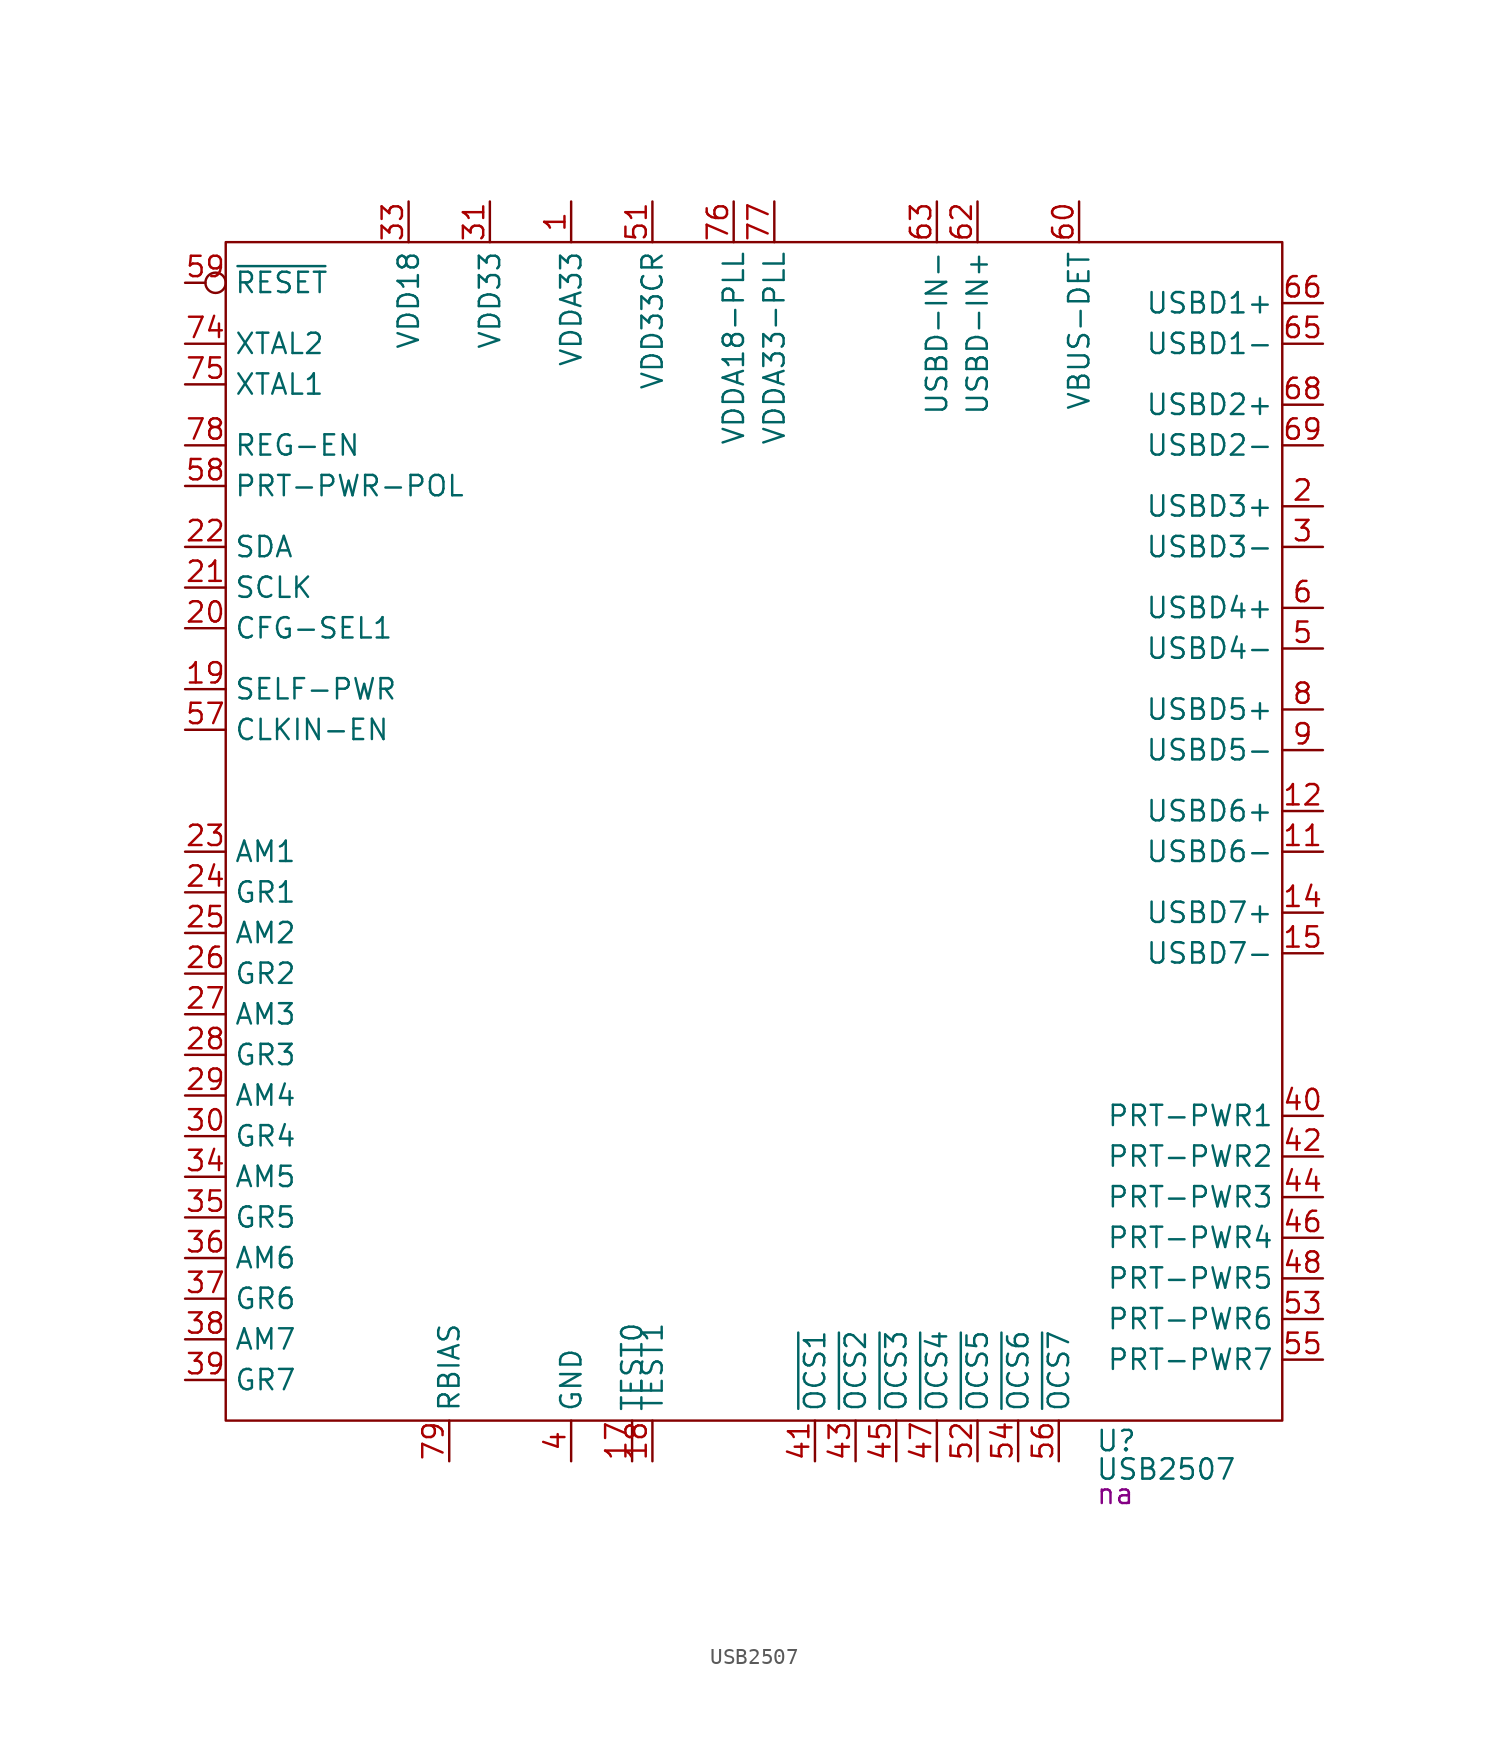
<source format=kicad_sym>
(kicad_symbol_lib
  (version 20231120)
  (generator "kicad_symbol_editor")
  (generator_version "8.0")
  (symbol "USB2507"
    (property "Reference" "U"
      (at 21.336 -39.37 0)
      (effects (font (size 1.27 1.27)) (justify left)))
    (property "Value" "USB2507"
      (at 21.336 -41.148 0)
      (effects (font (size 1.27 1.27)) (justify left)))
    (property "PartNumber" "na"
      (at 21.336 -42.672 0)
      (effects (font (size 1.27 1.27)) (justify left)))
    (symbol "USB2507_0_0"
      (pin power_in line (at -11.43 38.1 270) (length 2.54) (name "VDDA33" (effects (font (size 1.27 1.27)))) (number "1" (effects (font (size 1.27 1.27)))))
      (pin power_in line (at -11.43 -40.64 90) (length 2.54) hide (name "GND" (effects (font (size 1.27 1.27)))) (number "10" (effects (font (size 1.27 1.27)))))
      (pin bidirectional line (at 35.56 -2.54 180) (length 2.54) (name "USBD6-" (effects (font (size 1.27 1.27)))) (number "11" (effects (font (size 1.27 1.27)))))
      (pin bidirectional line (at 35.56 0 180) (length 2.54) (name "USBD6+" (effects (font (size 1.27 1.27)))) (number "12" (effects (font (size 1.27 1.27)))))
      (pin power_in line (at -11.43 38.1 270) (length 2.54) hide (name "VDDA33" (effects (font (size 1.27 1.27)))) (number "13" (effects (font (size 1.27 1.27)))))
      (pin bidirectional line (at 35.56 -6.35 180) (length 2.54) (name "USBD7+" (effects (font (size 1.27 1.27)))) (number "14" (effects (font (size 1.27 1.27)))))
      (pin bidirectional line (at 35.56 -8.89 180) (length 2.54) (name "USBD7-" (effects (font (size 1.27 1.27)))) (number "15" (effects (font (size 1.27 1.27)))))
      (pin power_in line (at -11.43 -40.64 90) (length 2.54) hide (name "GND" (effects (font (size 1.27 1.27)))) (number "16" (effects (font (size 1.27 1.27)))))
      (pin free line (at -7.62 -40.64 90) (length 2.54) (name "TEST0" (effects (font (size 1.27 1.27)))) (number "17" (effects (font (size 1.27 1.27)))))
      (pin free line (at -6.35 -40.64 90) (length 2.54) (name "TEST1" (effects (font (size 1.27 1.27)))) (number "18" (effects (font (size 1.27 1.27)))))
      (pin input line (at -35.56 7.62 0) (length 2.54) (name "SELF-PWR" (effects (font (size 1.27 1.27)))) (number "19" (effects (font (size 1.27 1.27)))))
      (pin bidirectional line (at 35.56 19.05 180) (length 2.54) (name "USBD3+" (effects (font (size 1.27 1.27)))) (number "2" (effects (font (size 1.27 1.27)))))
      (pin input line (at -35.56 11.43 0) (length 2.54) (name "CFG-SEL1" (effects (font (size 1.27 1.27)))) (number "20" (effects (font (size 1.27 1.27)))))
      (pin bidirectional line (at -35.56 13.97 0) (length 2.54) (name "SCLK" (effects (font (size 1.27 1.27)))) (number "21" (effects (font (size 1.27 1.27)))) (alternate "CFG-SEL0" input line))
      (pin bidirectional line (at -35.56 16.51 0) (length 2.54) (name "SDA" (effects (font (size 1.27 1.27)))) (number "22" (effects (font (size 1.27 1.27)))))
      (pin output line (at -35.56 -2.54 0) (length 2.54) (name "AM1" (effects (font (size 1.27 1.27)))) (number "23" (effects (font (size 1.27 1.27)))) (alternate "AM1/GANG-EN" bidirectional line) (alternate "GANG-EN" input line))
      (pin output line (at -35.56 -5.08 0) (length 2.54) (name "GR1" (effects (font (size 1.27 1.27)))) (number "24" (effects (font (size 1.27 1.27)))) (alternate "GR1/NON-REM0" bidirectional line) (alternate "NON-REM0" input line))
      (pin output line (at -35.56 -7.62 0) (length 2.54) (name "AM2" (effects (font (size 1.27 1.27)))) (number "25" (effects (font (size 1.27 1.27)))) (alternate "AM2/MTT-EN" bidirectional line) (alternate "MTT-EN" input line))
      (pin output line (at -35.56 -10.16 0) (length 2.54) (name "GR2" (effects (font (size 1.27 1.27)))) (number "26" (effects (font (size 1.27 1.27)))) (alternate "GR2/NON-REM1" bidirectional line) (alternate "NON-REM1" input line))
      (pin output line (at -35.56 -12.7 0) (length 2.54) (name "AM3" (effects (font (size 1.27 1.27)))) (number "27" (effects (font (size 1.27 1.27)))))
      (pin output line (at -35.56 -15.24 0) (length 2.54) (name "GR3" (effects (font (size 1.27 1.27)))) (number "28" (effects (font (size 1.27 1.27)))) (alternate "GR3/PRT-DIS0" bidirectional line) (alternate "PRT-DIS0" input line))
      (pin output line (at -35.56 -17.78 0) (length 2.54) (name "AM4" (effects (font (size 1.27 1.27)))) (number "29" (effects (font (size 1.27 1.27)))) (alternate "AM4/LED-EN" bidirectional line) (alternate "LED-EN" input line))
      (pin bidirectional line (at 35.56 16.51 180) (length 2.54) (name "USBD3-" (effects (font (size 1.27 1.27)))) (number "3" (effects (font (size 1.27 1.27)))))
      (pin output line (at -35.56 -20.32 0) (length 2.54) (name "GR4" (effects (font (size 1.27 1.27)))) (number "30" (effects (font (size 1.27 1.27)))) (alternate "GR4/PRT-DIS1" bidirectional line) (alternate "PRT-DIS1" input line))
      (pin power_in line (at -16.51 38.1 270) (length 2.54) (name "VDD33" (effects (font (size 1.27 1.27)))) (number "31" (effects (font (size 1.27 1.27)))))
      (pin power_in line (at -11.43 -40.64 90) (length 2.54) hide (name "GND" (effects (font (size 1.27 1.27)))) (number "32" (effects (font (size 1.27 1.27)))))
      (pin power_in line (at -21.59 38.1 270) (length 2.54) (name "VDD18" (effects (font (size 1.27 1.27)))) (number "33" (effects (font (size 1.27 1.27)))))
      (pin output line (at -35.56 -22.86 0) (length 2.54) (name "AM5" (effects (font (size 1.27 1.27)))) (number "34" (effects (font (size 1.27 1.27)))))
      (pin output line (at -35.56 -25.4 0) (length 2.54) (name "GR5" (effects (font (size 1.27 1.27)))) (number "35" (effects (font (size 1.27 1.27)))))
      (pin output line (at -35.56 -27.94 0) (length 2.54) (name "AM6" (effects (font (size 1.27 1.27)))) (number "36" (effects (font (size 1.27 1.27)))))
      (pin output line (at -35.56 -30.48 0) (length 2.54) (name "GR6" (effects (font (size 1.27 1.27)))) (number "37" (effects (font (size 1.27 1.27)))))
      (pin output line (at -35.56 -33.02 0) (length 2.54) (name "AM7" (effects (font (size 1.27 1.27)))) (number "38" (effects (font (size 1.27 1.27)))))
      (pin output line (at -35.56 -35.56 0) (length 2.54) (name "GR7" (effects (font (size 1.27 1.27)))) (number "39" (effects (font (size 1.27 1.27)))))
      (pin power_in line (at -11.43 -40.64 90) (length 2.54) (name "GND" (effects (font (size 1.27 1.27)))) (number "4" (effects (font (size 1.27 1.27)))))
      (pin output line (at 35.56 -19.05 180) (length 2.54) (name "PRT-PWR1" (effects (font (size 1.27 1.27)))) (number "40" (effects (font (size 1.27 1.27)))))
      (pin input line (at 3.81 -40.64 90) (length 2.54) (name "~{OCS1}" (effects (font (size 1.27 1.27)))) (number "41" (effects (font (size 1.27 1.27)))))
      (pin output line (at 35.56 -21.59 180) (length 2.54) (name "PRT-PWR2" (effects (font (size 1.27 1.27)))) (number "42" (effects (font (size 1.27 1.27)))))
      (pin input line (at 6.35 -40.64 90) (length 2.54) (name "~{OCS2}" (effects (font (size 1.27 1.27)))) (number "43" (effects (font (size 1.27 1.27)))))
      (pin output line (at 35.56 -24.13 180) (length 2.54) (name "PRT-PWR3" (effects (font (size 1.27 1.27)))) (number "44" (effects (font (size 1.27 1.27)))))
      (pin input line (at 8.89 -40.64 90) (length 2.54) (name "~{OCS3}" (effects (font (size 1.27 1.27)))) (number "45" (effects (font (size 1.27 1.27)))))
      (pin output line (at 35.56 -26.67 180) (length 2.54) (name "PRT-PWR4" (effects (font (size 1.27 1.27)))) (number "46" (effects (font (size 1.27 1.27)))))
      (pin input line (at 11.43 -40.64 90) (length 2.54) (name "~{OCS4}" (effects (font (size 1.27 1.27)))) (number "47" (effects (font (size 1.27 1.27)))))
      (pin output line (at 35.56 -29.21 180) (length 2.54) (name "PRT-PWR5" (effects (font (size 1.27 1.27)))) (number "48" (effects (font (size 1.27 1.27)))))
      (pin power_in line (at -11.43 -40.64 90) (length 2.54) hide (name "GND" (effects (font (size 1.27 1.27)))) (number "49" (effects (font (size 1.27 1.27)))))
      (pin bidirectional line (at 35.56 10.16 180) (length 2.54) (name "USBD4-" (effects (font (size 1.27 1.27)))) (number "5" (effects (font (size 1.27 1.27)))))
      (pin power_in line (at -21.59 38.1 270) (length 2.54) hide (name "VDD18" (effects (font (size 1.27 1.27)))) (number "50" (effects (font (size 1.27 1.27)))))
      (pin power_in line (at -6.35 38.1 270) (length 2.54) (name "VDD33CR" (effects (font (size 1.27 1.27)))) (number "51" (effects (font (size 1.27 1.27)))))
      (pin input line (at 13.97 -40.64 90) (length 2.54) (name "~{OCS5}" (effects (font (size 1.27 1.27)))) (number "52" (effects (font (size 1.27 1.27)))))
      (pin output line (at 35.56 -31.75 180) (length 2.54) (name "PRT-PWR6" (effects (font (size 1.27 1.27)))) (number "53" (effects (font (size 1.27 1.27)))))
      (pin input line (at 16.51 -40.64 90) (length 2.54) (name "~{OCS6}" (effects (font (size 1.27 1.27)))) (number "54" (effects (font (size 1.27 1.27)))))
      (pin output line (at 35.56 -34.29 180) (length 2.54) (name "PRT-PWR7" (effects (font (size 1.27 1.27)))) (number "55" (effects (font (size 1.27 1.27)))))
      (pin input line (at 19.05 -40.64 90) (length 2.54) (name "~{OCS7}" (effects (font (size 1.27 1.27)))) (number "56" (effects (font (size 1.27 1.27)))))
      (pin input line (at -35.56 5.08 0) (length 2.54) (name "CLKIN-EN" (effects (font (size 1.27 1.27)))) (number "57" (effects (font (size 1.27 1.27)))))
      (pin input line (at -35.56 20.32 0) (length 2.54) (name "PRT-PWR-POL" (effects (font (size 1.27 1.27)))) (number "58" (effects (font (size 1.27 1.27)))))
      (pin input inverted (at -35.56 33.02 0) (length 2.54) (name "~{RESET}" (effects (font (size 1.27 1.27)))) (number "59" (effects (font (size 1.27 1.27)))))
      (pin bidirectional line (at 35.56 12.7 180) (length 2.54) (name "USBD4+" (effects (font (size 1.27 1.27)))) (number "6" (effects (font (size 1.27 1.27)))))
      (pin input line (at 20.32 38.1 270) (length 2.54) (name "VBUS-DET" (effects (font (size 1.27 1.27)))) (number "60" (effects (font (size 1.27 1.27)))))
      (pin power_in line (at -11.43 38.1 270) (length 2.54) hide (name "VDDA33" (effects (font (size 1.27 1.27)))) (number "61" (effects (font (size 1.27 1.27)))))
      (pin bidirectional line (at 13.97 38.1 270) (length 2.54) (name "USBD-IN+" (effects (font (size 1.27 1.27)))) (number "62" (effects (font (size 1.27 1.27)))))
      (pin bidirectional line (at 11.43 38.1 270) (length 2.54) (name "USBD-IN-" (effects (font (size 1.27 1.27)))) (number "63" (effects (font (size 1.27 1.27)))))
      (pin power_in line (at -11.43 -40.64 90) (length 2.54) hide (name "GND" (effects (font (size 1.27 1.27)))) (number "64" (effects (font (size 1.27 1.27)))))
      (pin bidirectional line (at 35.56 29.21 180) (length 2.54) (name "USBD1-" (effects (font (size 1.27 1.27)))) (number "65" (effects (font (size 1.27 1.27)))))
      (pin bidirectional line (at 35.56 31.75 180) (length 2.54) (name "USBD1+" (effects (font (size 1.27 1.27)))) (number "66" (effects (font (size 1.27 1.27)))))
      (pin power_in line (at -11.43 38.1 270) (length 2.54) hide (name "VDDA33" (effects (font (size 1.27 1.27)))) (number "67" (effects (font (size 1.27 1.27)))))
      (pin bidirectional line (at 35.56 25.4 180) (length 2.54) (name "USBD2+" (effects (font (size 1.27 1.27)))) (number "68" (effects (font (size 1.27 1.27)))))
      (pin bidirectional line (at 35.56 22.86 180) (length 2.54) (name "USBD2-" (effects (font (size 1.27 1.27)))) (number "69" (effects (font (size 1.27 1.27)))))
      (pin power_in line (at -11.43 38.1 270) (length 2.54) hide (name "VDDA33" (effects (font (size 1.27 1.27)))) (number "7" (effects (font (size 1.27 1.27)))))
      (pin power_in line (at -11.43 -40.64 90) (length 2.54) hide (name "GND" (effects (font (size 1.27 1.27)))) (number "70" (effects (font (size 1.27 1.27)))))
      (pin power_in line (at -11.43 -40.64 90) (length 2.54) hide (name "GND" (effects (font (size 1.27 1.27)))) (number "71" (effects (font (size 1.27 1.27)))))
      (pin power_in line (at -21.59 38.1 270) (length 2.54) hide (name "VDD18" (effects (font (size 1.27 1.27)))) (number "72" (effects (font (size 1.27 1.27)))))
      (pin power_in line (at -11.43 -40.64 90) (length 2.54) hide (name "GND" (effects (font (size 1.27 1.27)))) (number "73" (effects (font (size 1.27 1.27)))))
      (pin input line (at -35.56 29.21 0) (length 2.54) (name "XTAL2" (effects (font (size 1.27 1.27)))) (number "74" (effects (font (size 1.27 1.27)))))
      (pin input line (at -35.56 26.67 0) (length 2.54) (name "XTAL1" (effects (font (size 1.27 1.27)))) (number "75" (effects (font (size 1.27 1.27)))) (alternate "CLKIN" input line))
      (pin power_in line (at -1.27 38.1 270) (length 2.54) (name "VDDA18-PLL" (effects (font (size 1.27 1.27)))) (number "76" (effects (font (size 1.27 1.27)))))
      (pin power_in line (at 1.27 38.1 270) (length 2.54) (name "VDDA33-PLL" (effects (font (size 1.27 1.27)))) (number "77" (effects (font (size 1.27 1.27)))))
      (pin input line (at -35.56 22.86 0) (length 2.54) (name "REG-EN" (effects (font (size 1.27 1.27)))) (number "78" (effects (font (size 1.27 1.27)))) (alternate "ATEST" output line))
      (pin power_out line (at -19.05 -40.64 90) (length 2.54) (name "RBIAS" (effects (font (size 1.27 1.27)))) (number "79" (effects (font (size 1.27 1.27)))))
      (pin bidirectional line (at 35.56 6.35 180) (length 2.54) (name "USBD5+" (effects (font (size 1.27 1.27)))) (number "8" (effects (font (size 1.27 1.27)))))
      (pin power_in line (at -11.43 -40.64 90) (length 2.54) hide (name "GND" (effects (font (size 1.27 1.27)))) (number "80" (effects (font (size 1.27 1.27)))))
      (pin bidirectional line (at 35.56 3.81 180) (length 2.54) (name "USBD5-" (effects (font (size 1.27 1.27)))) (number "9" (effects (font (size 1.27 1.27))))))
    (symbol "USB2507_0_1"
      (rectangle (start -33.02 35.56) (end 33.02 -38.1) (stroke (width 0) (type default)) (fill (type none))))))
</source>
